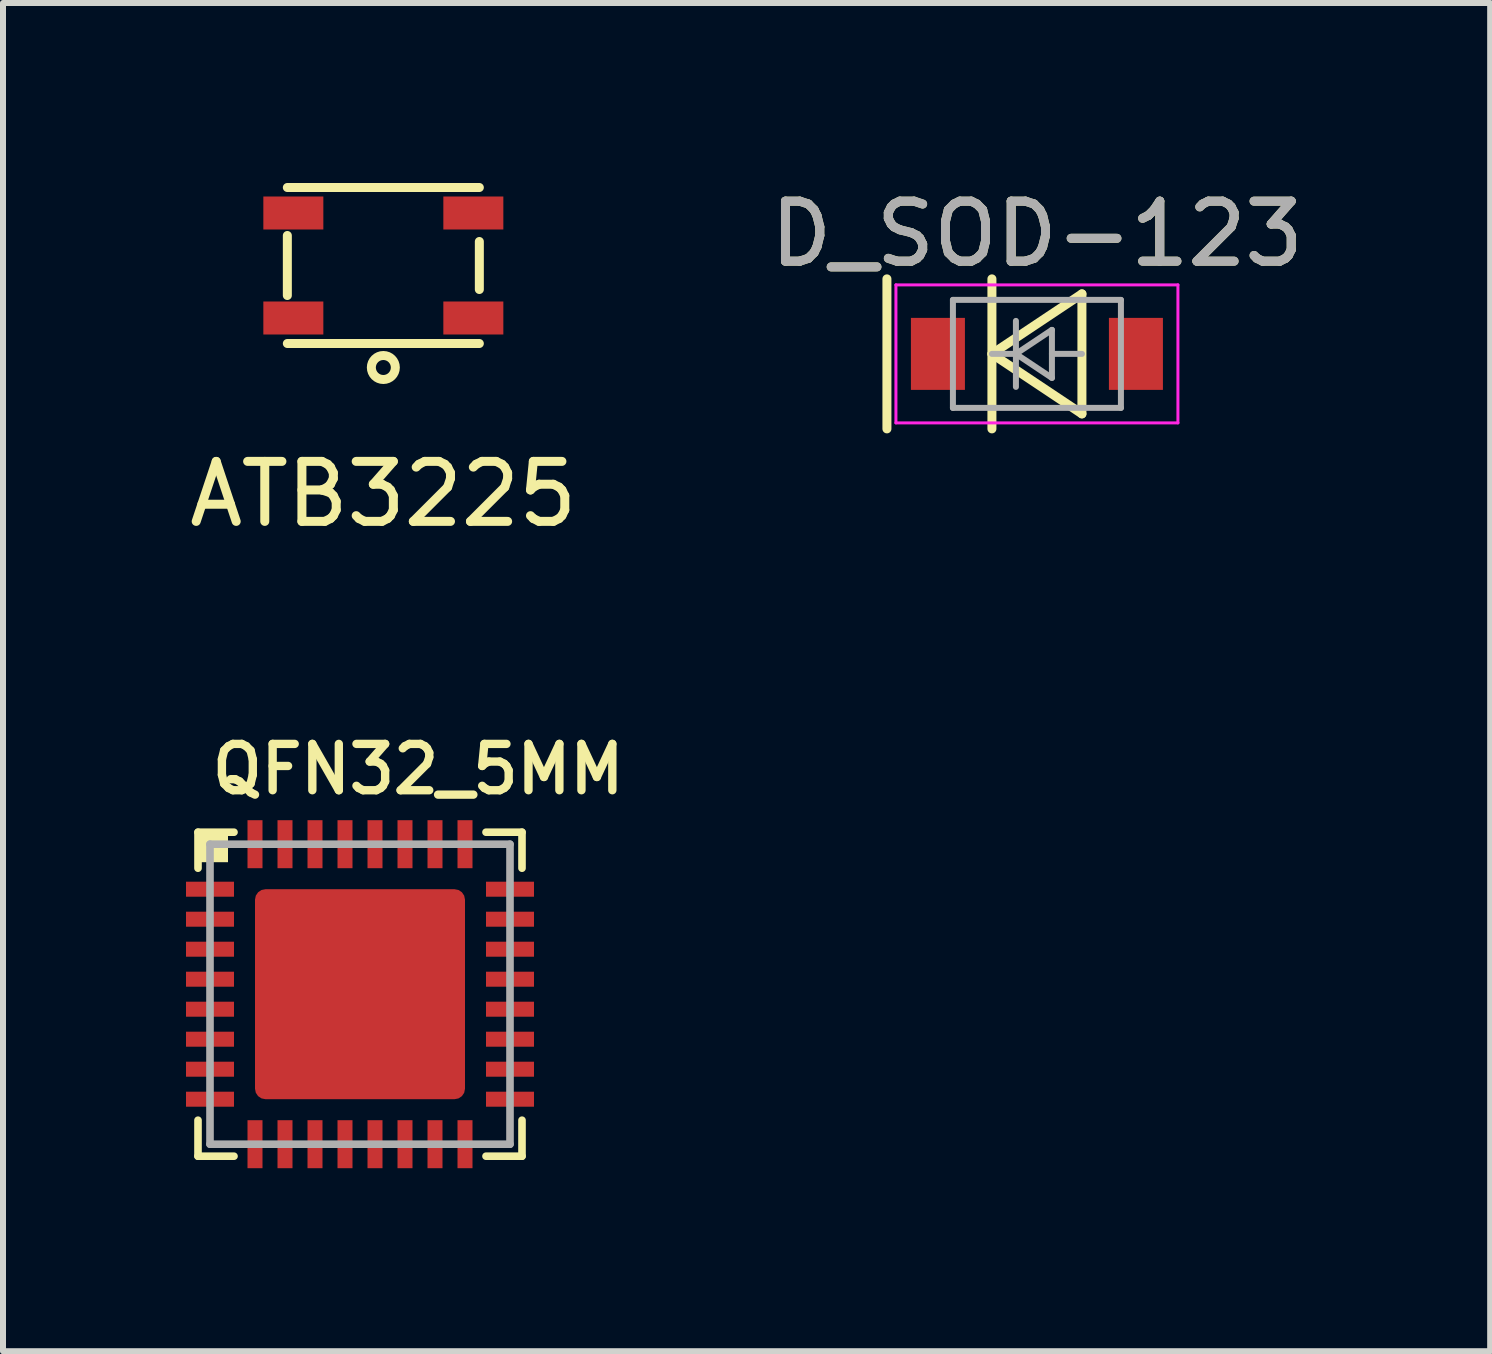
<source format=kicad_pcb>
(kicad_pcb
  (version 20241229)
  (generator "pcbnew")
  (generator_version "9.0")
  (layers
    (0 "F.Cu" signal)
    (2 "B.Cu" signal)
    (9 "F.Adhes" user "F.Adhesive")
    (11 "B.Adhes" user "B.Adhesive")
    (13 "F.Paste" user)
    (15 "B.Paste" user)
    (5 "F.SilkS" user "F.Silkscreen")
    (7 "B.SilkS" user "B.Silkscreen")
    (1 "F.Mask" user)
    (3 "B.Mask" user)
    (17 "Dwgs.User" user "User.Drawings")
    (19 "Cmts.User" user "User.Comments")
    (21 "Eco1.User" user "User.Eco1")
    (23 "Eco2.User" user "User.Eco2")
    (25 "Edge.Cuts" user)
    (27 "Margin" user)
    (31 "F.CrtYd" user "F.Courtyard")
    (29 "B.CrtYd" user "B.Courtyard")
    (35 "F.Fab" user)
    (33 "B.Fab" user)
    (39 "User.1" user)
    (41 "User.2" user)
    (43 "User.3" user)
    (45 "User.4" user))
  (footprint "QFN32_5MM"
    (layer "F.Cu")
    (at 2.95 13.52)
    (property "Reference" "QFN32_5MM" (at -2.54 -3.298 0) (layer "F.SilkS") (effects (font (size 0.772 0.772) (thickness 0.139)) (justify left bottom)))
    (attr through_hole)
    (fp_poly (pts (xy -2.95 -1.575) (xy -2.05 -1.575) (xy -2.05 -1.925) (xy -2.95 -1.925)) (stroke (width 0) (type solid)) (fill yes) (layer "F.Mask"))
    (fp_poly (pts (xy -2.95 -1.075) (xy -2.05 -1.075) (xy -2.05 -1.425) (xy -2.95 -1.425)) (stroke (width 0) (type solid)) (fill yes) (layer "F.Mask"))
    (fp_poly (pts (xy -2.95 -0.575) (xy -2.05 -0.575) (xy -2.05 -0.925) (xy -2.95 -0.925)) (stroke (width 0) (type solid)) (fill yes) (layer "F.Mask"))
    (fp_poly (pts (xy -2.95 -0.075) (xy -2.05 -0.075) (xy -2.05 -0.425) (xy -2.95 -0.425)) (stroke (width 0) (type solid)) (fill yes) (layer "F.Mask"))
    (fp_poly (pts (xy -2.95 0.425) (xy -2.05 0.425) (xy -2.05 0.075) (xy -2.95 0.075)) (stroke (width 0) (type solid)) (fill yes) (layer "F.Mask"))
    (fp_poly (pts (xy -2.95 0.925) (xy -2.05 0.925) (xy -2.05 0.575) (xy -2.95 0.575)) (stroke (width 0) (type solid)) (fill yes) (layer "F.Mask"))
    (fp_poly (pts (xy -2.95 1.425) (xy -2.05 1.425) (xy -2.05 1.075) (xy -2.95 1.075)) (stroke (width 0) (type solid)) (fill yes) (layer "F.Mask"))
    (fp_poly (pts (xy -2.95 1.925) (xy -2.05 1.925) (xy -2.05 1.575) (xy -2.95 1.575)) (stroke (width 0) (type solid)) (fill yes) (layer "F.Mask"))
    (fp_poly (pts (xy -1.925 -2.95) (xy -1.925 -2.05) (xy -1.575 -2.05) (xy -1.575 -2.95)) (stroke (width 0) (type solid)) (fill yes) (layer "F.Mask"))
    (fp_poly (pts (xy -1.575 2.95) (xy -1.575 2.05) (xy -1.925 2.05) (xy -1.925 2.95)) (stroke (width 0) (type solid)) (fill yes) (layer "F.Mask"))
    (fp_poly (pts (xy -1.425 -2.95) (xy -1.425 -2.05) (xy -1.075 -2.05) (xy -1.075 -2.95)) (stroke (width 0) (type solid)) (fill yes) (layer "F.Mask"))
    (fp_poly (pts (xy -1.075 2.95) (xy -1.075 2.05) (xy -1.425 2.05) (xy -1.425 2.95)) (stroke (width 0) (type solid)) (fill yes) (layer "F.Mask"))
    (fp_poly (pts (xy -0.925 -2.95) (xy -0.925 -2.05) (xy -0.575 -2.05) (xy -0.575 -2.95)) (stroke (width 0) (type solid)) (fill yes) (layer "F.Mask"))
    (fp_poly (pts (xy -0.575 2.95) (xy -0.575 2.05) (xy -0.925 2.05) (xy -0.925 2.95)) (stroke (width 0) (type solid)) (fill yes) (layer "F.Mask"))
    (fp_poly (pts (xy -0.425 -2.95) (xy -0.425 -2.05) (xy -0.075 -2.05) (xy -0.075 -2.95)) (stroke (width 0) (type solid)) (fill yes) (layer "F.Mask"))
    (fp_poly (pts (xy -0.075 2.95) (xy -0.075 2.05) (xy -0.425 2.05) (xy -0.425 2.95)) (stroke (width 0) (type solid)) (fill yes) (layer "F.Mask"))
    (fp_poly (pts (xy 0.075 -2.95) (xy 0.075 -2.05) (xy 0.425 -2.05) (xy 0.425 -2.95)) (stroke (width 0) (type solid)) (fill yes) (layer "F.Mask"))
    (fp_poly (pts (xy 0.425 2.95) (xy 0.425 2.05) (xy 0.075 2.05) (xy 0.075 2.95)) (stroke (width 0) (type solid)) (fill yes) (layer "F.Mask"))
    (fp_poly (pts (xy 0.575 -2.95) (xy 0.575 -2.05) (xy 0.925 -2.05) (xy 0.925 -2.95)) (stroke (width 0) (type solid)) (fill yes) (layer "F.Mask"))
    (fp_poly (pts (xy 0.925 2.95) (xy 0.925 2.05) (xy 0.575 2.05) (xy 0.575 2.95)) (stroke (width 0) (type solid)) (fill yes) (layer "F.Mask"))
    (fp_poly (pts (xy 1.075 -2.95) (xy 1.075 -2.05) (xy 1.425 -2.05) (xy 1.425 -2.95)) (stroke (width 0) (type solid)) (fill yes) (layer "F.Mask"))
    (fp_poly (pts (xy 1.425 2.95) (xy 1.425 2.05) (xy 1.075 2.05) (xy 1.075 2.95)) (stroke (width 0) (type solid)) (fill yes) (layer "F.Mask"))
    (fp_poly (pts (xy 1.575 -2.95) (xy 1.575 -2.05) (xy 1.925 -2.05) (xy 1.925 -2.95)) (stroke (width 0) (type solid)) (fill yes) (layer "F.Mask"))
    (fp_poly (pts (xy 1.925 2.95) (xy 1.925 2.05) (xy 1.575 2.05) (xy 1.575 2.95)) (stroke (width 0) (type solid)) (fill yes) (layer "F.Mask"))
    (fp_poly (pts (xy 2.95 -1.925) (xy 2.05 -1.925) (xy 2.05 -1.575) (xy 2.95 -1.575)) (stroke (width 0) (type solid)) (fill yes) (layer "F.Mask"))
    (fp_poly (pts (xy 2.95 -1.425) (xy 2.05 -1.425) (xy 2.05 -1.075) (xy 2.95 -1.075)) (stroke (width 0) (type solid)) (fill yes) (layer "F.Mask"))
    (fp_poly (pts (xy 2.95 -0.925) (xy 2.05 -0.925) (xy 2.05 -0.575) (xy 2.95 -0.575)) (stroke (width 0) (type solid)) (fill yes) (layer "F.Mask"))
    (fp_poly (pts (xy 2.95 -0.425) (xy 2.05 -0.425) (xy 2.05 -0.075) (xy 2.95 -0.075)) (stroke (width 0) (type solid)) (fill yes) (layer "F.Mask"))
    (fp_poly (pts (xy 2.95 0.075) (xy 2.05 0.075) (xy 2.05 0.425) (xy 2.95 0.425)) (stroke (width 0) (type solid)) (fill yes) (layer "F.Mask"))
    (fp_poly (pts (xy 2.95 0.575) (xy 2.05 0.575) (xy 2.05 0.925) (xy 2.95 0.925)) (stroke (width 0) (type solid)) (fill yes) (layer "F.Mask"))
    (fp_poly (pts (xy 2.95 1.075) (xy 2.05 1.075) (xy 2.05 1.425) (xy 2.95 1.425)) (stroke (width 0) (type solid)) (fill yes) (layer "F.Mask"))
    (fp_poly (pts (xy 2.95 1.575) (xy 2.05 1.575) (xy 2.05 1.925) (xy 2.95 1.925)) (stroke (width 0) (type solid)) (fill yes) (layer "F.Mask"))
    (fp_line (start -2.7 -2.7) (end -2.7 -2.1) (stroke (width 0.127) (type solid)) (layer "F.SilkS"))
    (fp_line (start -2.7 2.1) (end -2.7 2.7) (stroke (width 0.127) (type solid)) (layer "F.SilkS"))
    (fp_line (start -2.7 2.7) (end -2.1 2.7) (stroke (width 0.127) (type solid)) (layer "F.SilkS"))
    (fp_line (start -2.1 -2.7) (end -2.7 -2.7) (stroke (width 0.127) (type solid)) (layer "F.SilkS"))
    (fp_line (start 2.1 -2.7) (end 2.7 -2.7) (stroke (width 0.127) (type solid)) (layer "F.SilkS"))
    (fp_line (start 2.7 -2.7) (end 2.7 -2.1) (stroke (width 0.127) (type solid)) (layer "F.SilkS"))
    (fp_line (start 2.7 2.1) (end 2.7 2.7) (stroke (width 0.127) (type solid)) (layer "F.SilkS"))
    (fp_line (start 2.7 2.7) (end 2.1 2.7) (stroke (width 0.127) (type solid)) (layer "F.SilkS"))
    (fp_poly (pts (xy -2.7 -2.2) (xy -2.2 -2.2) (xy -2.2 -2.7) (xy -2.7 -2.7)) (stroke (width 0) (type solid)) (fill yes) (layer "F.SilkS"))
    (fp_poly (pts (xy -1.397 -0.254) (xy -0.254 -0.254) (xy -0.254 -1.397) (xy -1.397 -1.397)) (stroke (width 0) (type solid)) (fill yes) (layer "F.Paste"))
    (fp_poly (pts (xy -1.397 1.397) (xy -0.254 1.397) (xy -0.254 0.254) (xy -1.397 0.254)) (stroke (width 0) (type solid)) (fill yes) (layer "F.Paste"))
    (fp_poly (pts (xy 0.254 -0.254) (xy 1.397 -0.254) (xy 1.397 -1.397) (xy 0.254 -1.397)) (stroke (width 0) (type solid)) (fill yes) (layer "F.Paste"))
    (fp_poly (pts (xy 0.254 1.397) (xy 1.397 1.397) (xy 1.397 0.254) (xy 0.254 0.254)) (stroke (width 0) (type solid)) (fill yes) (layer "F.Paste"))
    (fp_line (start -2.5 -2.5) (end 2.5 -2.5) (stroke (width 0.127) (type solid)) (layer "F.Fab"))
    (fp_line (start -2.5 2.5) (end -2.5 -2.5) (stroke (width 0.127) (type solid)) (layer "F.Fab"))
    (fp_line (start 2.5 -2.5) (end 2.5 2.5) (stroke (width 0.127) (type solid)) (layer "F.Fab"))
    (fp_line (start 2.5 2.5) (end -2.5 2.5) (stroke (width 0.127) (type solid)) (layer "F.Fab"))
    (pad "1" smd rect (at -2.5 -1.75 90) (size 0.25 0.8) (layers "F.Cu" "F.Mask" "F.Paste"))
    (pad "2" smd rect (at -2.5 -1.25 90) (size 0.25 0.8) (layers "F.Cu" "F.Mask" "F.Paste"))
    (pad "3" smd rect (at -2.5 -0.75 90) (size 0.25 0.8) (layers "F.Cu" "F.Mask" "F.Paste"))
    (pad "4" smd rect (at -2.5 -0.25 90) (size 0.25 0.8) (layers "F.Cu" "F.Mask" "F.Paste"))
    (pad "5" smd rect (at -2.5 0.25 90) (size 0.25 0.8) (layers "F.Cu" "F.Mask" "F.Paste"))
    (pad "6" smd rect (at -2.5 0.75 90) (size 0.25 0.8) (layers "F.Cu" "F.Mask" "F.Paste"))
    (pad "7" smd rect (at -2.5 1.25 90) (size 0.25 0.8) (layers "F.Cu" "F.Mask" "F.Paste"))
    (pad "8" smd rect (at -2.5 1.75 90) (size 0.25 0.8) (layers "F.Cu" "F.Mask" "F.Paste"))
    (pad "9" smd rect (at -1.75 2.5 180) (size 0.25 0.8) (layers "F.Cu" "F.Mask" "F.Paste"))
    (pad "10" smd rect (at -1.25 2.5 180) (size 0.25 0.8) (layers "F.Cu" "F.Mask" "F.Paste"))
    (pad "11" smd rect (at -0.75 2.5 180) (size 0.25 0.8) (layers "F.Cu" "F.Mask" "F.Paste"))
    (pad "12" smd rect (at -0.25 2.5 180) (size 0.25 0.8) (layers "F.Cu" "F.Mask" "F.Paste"))
    (pad "13" smd rect (at 0.25 2.5 180) (size 0.25 0.8) (layers "F.Cu" "F.Mask" "F.Paste"))
    (pad "14" smd rect (at 0.75 2.5 180) (size 0.25 0.8) (layers "F.Cu" "F.Mask" "F.Paste"))
    (pad "15" smd rect (at 1.25 2.5 180) (size 0.25 0.8) (layers "F.Cu" "F.Mask" "F.Paste"))
    (pad "16" smd rect (at 1.75 2.5 180) (size 0.25 0.8) (layers "F.Cu" "F.Mask" "F.Paste"))
    (pad "17" smd rect (at 2.5 1.75 270) (size 0.25 0.8) (layers "F.Cu" "F.Mask" "F.Paste"))
    (pad "18" smd rect (at 2.5 1.25 270) (size 0.25 0.8) (layers "F.Cu" "F.Mask" "F.Paste"))
    (pad "19" smd rect (at 2.5 0.75 270) (size 0.25 0.8) (layers "F.Cu" "F.Mask" "F.Paste"))
    (pad "20" smd rect (at 2.5 0.25 270) (size 0.25 0.8) (layers "F.Cu" "F.Mask" "F.Paste"))
    (pad "21" smd rect (at 2.5 -0.25 270) (size 0.25 0.8) (layers "F.Cu" "F.Mask" "F.Paste"))
    (pad "22" smd rect (at 2.5 -0.75 270) (size 0.25 0.8) (layers "F.Cu" "F.Mask" "F.Paste"))
    (pad "23" smd rect (at 2.5 -1.25 270) (size 0.25 0.8) (layers "F.Cu" "F.Mask" "F.Paste"))
    (pad "24" smd rect (at 2.5 -1.75 270) (size 0.25 0.8) (layers "F.Cu" "F.Mask" "F.Paste"))
    (pad "25" smd rect (at 1.75 -2.5) (size 0.25 0.8) (layers "F.Cu" "F.Mask" "F.Paste"))
    (pad "26" smd rect (at 1.25 -2.5) (size 0.25 0.8) (layers "F.Cu" "F.Mask" "F.Paste"))
    (pad "27" smd rect (at 0.75 -2.5) (size 0.25 0.8) (layers "F.Cu" "F.Mask" "F.Paste"))
    (pad "28" smd rect (at 0.25 -2.5) (size 0.25 0.8) (layers "F.Cu" "F.Mask" "F.Paste"))
    (pad "29" smd rect (at -0.25 -2.5) (size 0.25 0.8) (layers "F.Cu" "F.Mask" "F.Paste"))
    (pad "30" smd rect (at -0.75 -2.5) (size 0.25 0.8) (layers "F.Cu" "F.Mask" "F.Paste"))
    (pad "31" smd rect (at -1.25 -2.5) (size 0.25 0.8) (layers "F.Cu" "F.Mask" "F.Paste"))
    (pad "32" smd rect (at -1.75 -2.5) (size 0.25 0.8) (layers "F.Cu" "F.Mask" "F.Paste"))
    (pad "33" smd roundrect (at 0 0) (size 3.5 3.5) (layers "F.Cu" "F.Mask") (roundrect_rratio 0.05)))
  (footprint "D_SOD-123"
    (layer "F.Cu")
    (at 14.232 2.848)
    (property "Reference" "D_SOD-123" (at 0 -2 0) (layer "F.SilkS") (effects (font (size 1 1) (thickness 0.15))))
    (attr smd)
    (fp_line (start -2.5 -1.25) (end -2.5 1.25) (stroke (width 0.15) (type solid)) (layer "F.SilkS"))
    (fp_line (start -0.75 -1.25) (end -0.75 1.25) (stroke (width 0.15) (type solid)) (layer "F.SilkS"))
    (fp_line (start -0.75 0) (end 0.75 -1) (stroke (width 0.15) (type solid)) (layer "F.SilkS"))
    (fp_line (start -0.75 0) (end 0.75 1) (stroke (width 0.15) (type solid)) (layer "F.SilkS"))
    (fp_line (start 0.75 1) (end 0.75 -1) (stroke (width 0.15) (type solid)) (layer "F.SilkS"))
    (fp_line (start -2.35 -1.15) (end -2.35 1.15) (stroke (width 0.05) (type solid)) (layer "F.CrtYd"))
    (fp_line (start -2.35 -1.15) (end 2.35 -1.15) (stroke (width 0.05) (type solid)) (layer "F.CrtYd"))
    (fp_line (start 2.35 -1.15) (end 2.35 1.15) (stroke (width 0.05) (type solid)) (layer "F.CrtYd"))
    (fp_line (start 2.35 1.15) (end -2.35 1.15) (stroke (width 0.05) (type solid)) (layer "F.CrtYd"))
    (fp_line (start -1.4 -0.9) (end 1.4 -0.9) (stroke (width 0.1) (type solid)) (layer "F.Fab"))
    (fp_line (start -1.4 0.9) (end -1.4 -0.9) (stroke (width 0.1) (type solid)) (layer "F.Fab"))
    (fp_line (start -0.75 0) (end -0.35 0) (stroke (width 0.1) (type solid)) (layer "F.Fab"))
    (fp_line (start -0.35 0) (end -0.35 -0.55) (stroke (width 0.1) (type solid)) (layer "F.Fab"))
    (fp_line (start -0.35 0) (end -0.35 0.55) (stroke (width 0.1) (type solid)) (layer "F.Fab"))
    (fp_line (start -0.35 0) (end 0.25 -0.4) (stroke (width 0.1) (type solid)) (layer "F.Fab"))
    (fp_line (start 0.25 -0.4) (end 0.25 0.4) (stroke (width 0.1) (type solid)) (layer "F.Fab"))
    (fp_line (start 0.25 0) (end 0.75 0) (stroke (width 0.1) (type solid)) (layer "F.Fab"))
    (fp_line (start 0.25 0.4) (end -0.35 0) (stroke (width 0.1) (type solid)) (layer "F.Fab"))
    (fp_line (start 1.4 -0.9) (end 1.4 0.9) (stroke (width 0.1) (type solid)) (layer "F.Fab"))
    (fp_line (start 1.4 0.9) (end -1.4 0.9) (stroke (width 0.1) (type solid)) (layer "F.Fab"))
    (fp_text user "${REFERENCE}" (at 0 -2 0) (layer "F.Fab") (effects (font (size 1 1) (thickness 0.15))))
    (pad "1" smd rect (at -1.65 0) (size 0.9 1.2) (layers "F.Cu" "F.Mask" "F.Paste"))
    (pad "2" smd rect (at 1.65 0) (size 0.9 1.2) (layers "F.Cu" "F.Mask" "F.Paste")))
  (footprint "ATB3225"
    (layer "F.Cu")
    (at 3.339 1.375)
    (property "Reference" "ATB3225" (at 0 3.81 0) (layer "F.SilkS") (effects (font (size 1 1) (thickness 0.15))))
    (attr through_hole)
    (fp_line (start -1.6 -1.3) (end 1.6 -1.3) (stroke (width 0.15) (type solid)) (layer "F.SilkS"))
    (fp_line (start -1.6 0.5) (end -1.6 -0.5) (stroke (width 0.15) (type solid)) (layer "F.SilkS"))
    (fp_line (start 1.6 -0.4) (end 1.6 0.4) (stroke (width 0.15) (type solid)) (layer "F.SilkS"))
    (fp_line (start 1.6 1.3) (end -1.6 1.3) (stroke (width 0.15) (type solid)) (layer "F.SilkS"))
    (fp_circle (center 0 1.7) (end 0.2 1.7) (stroke (width 0.15) (type solid)) (fill no) (layer "F.SilkS"))
    (pad "1" smd rect (at -1.5 0.875) (size 1 0.55) (layers "F.Cu" "F.Mask" "F.Paste"))
    (pad "2" smd rect (at -1.5 -0.875) (size 1 0.55) (layers "F.Cu" "F.Mask" "F.Paste"))
    (pad "3" smd rect (at 1.5 -0.875) (size 1 0.55) (layers "F.Cu" "F.Mask" "F.Paste"))
    (pad "4" smd rect (at 1.5 0.875) (size 1 0.55) (layers "F.Cu" "F.Mask" "F.Paste")))
  (gr_rect
    (start -3 -3)
    (end 21.786 19.47)
    (stroke (width 0.1) (type default))
    (fill no)
    (layer "Edge.Cuts")))
</source>
